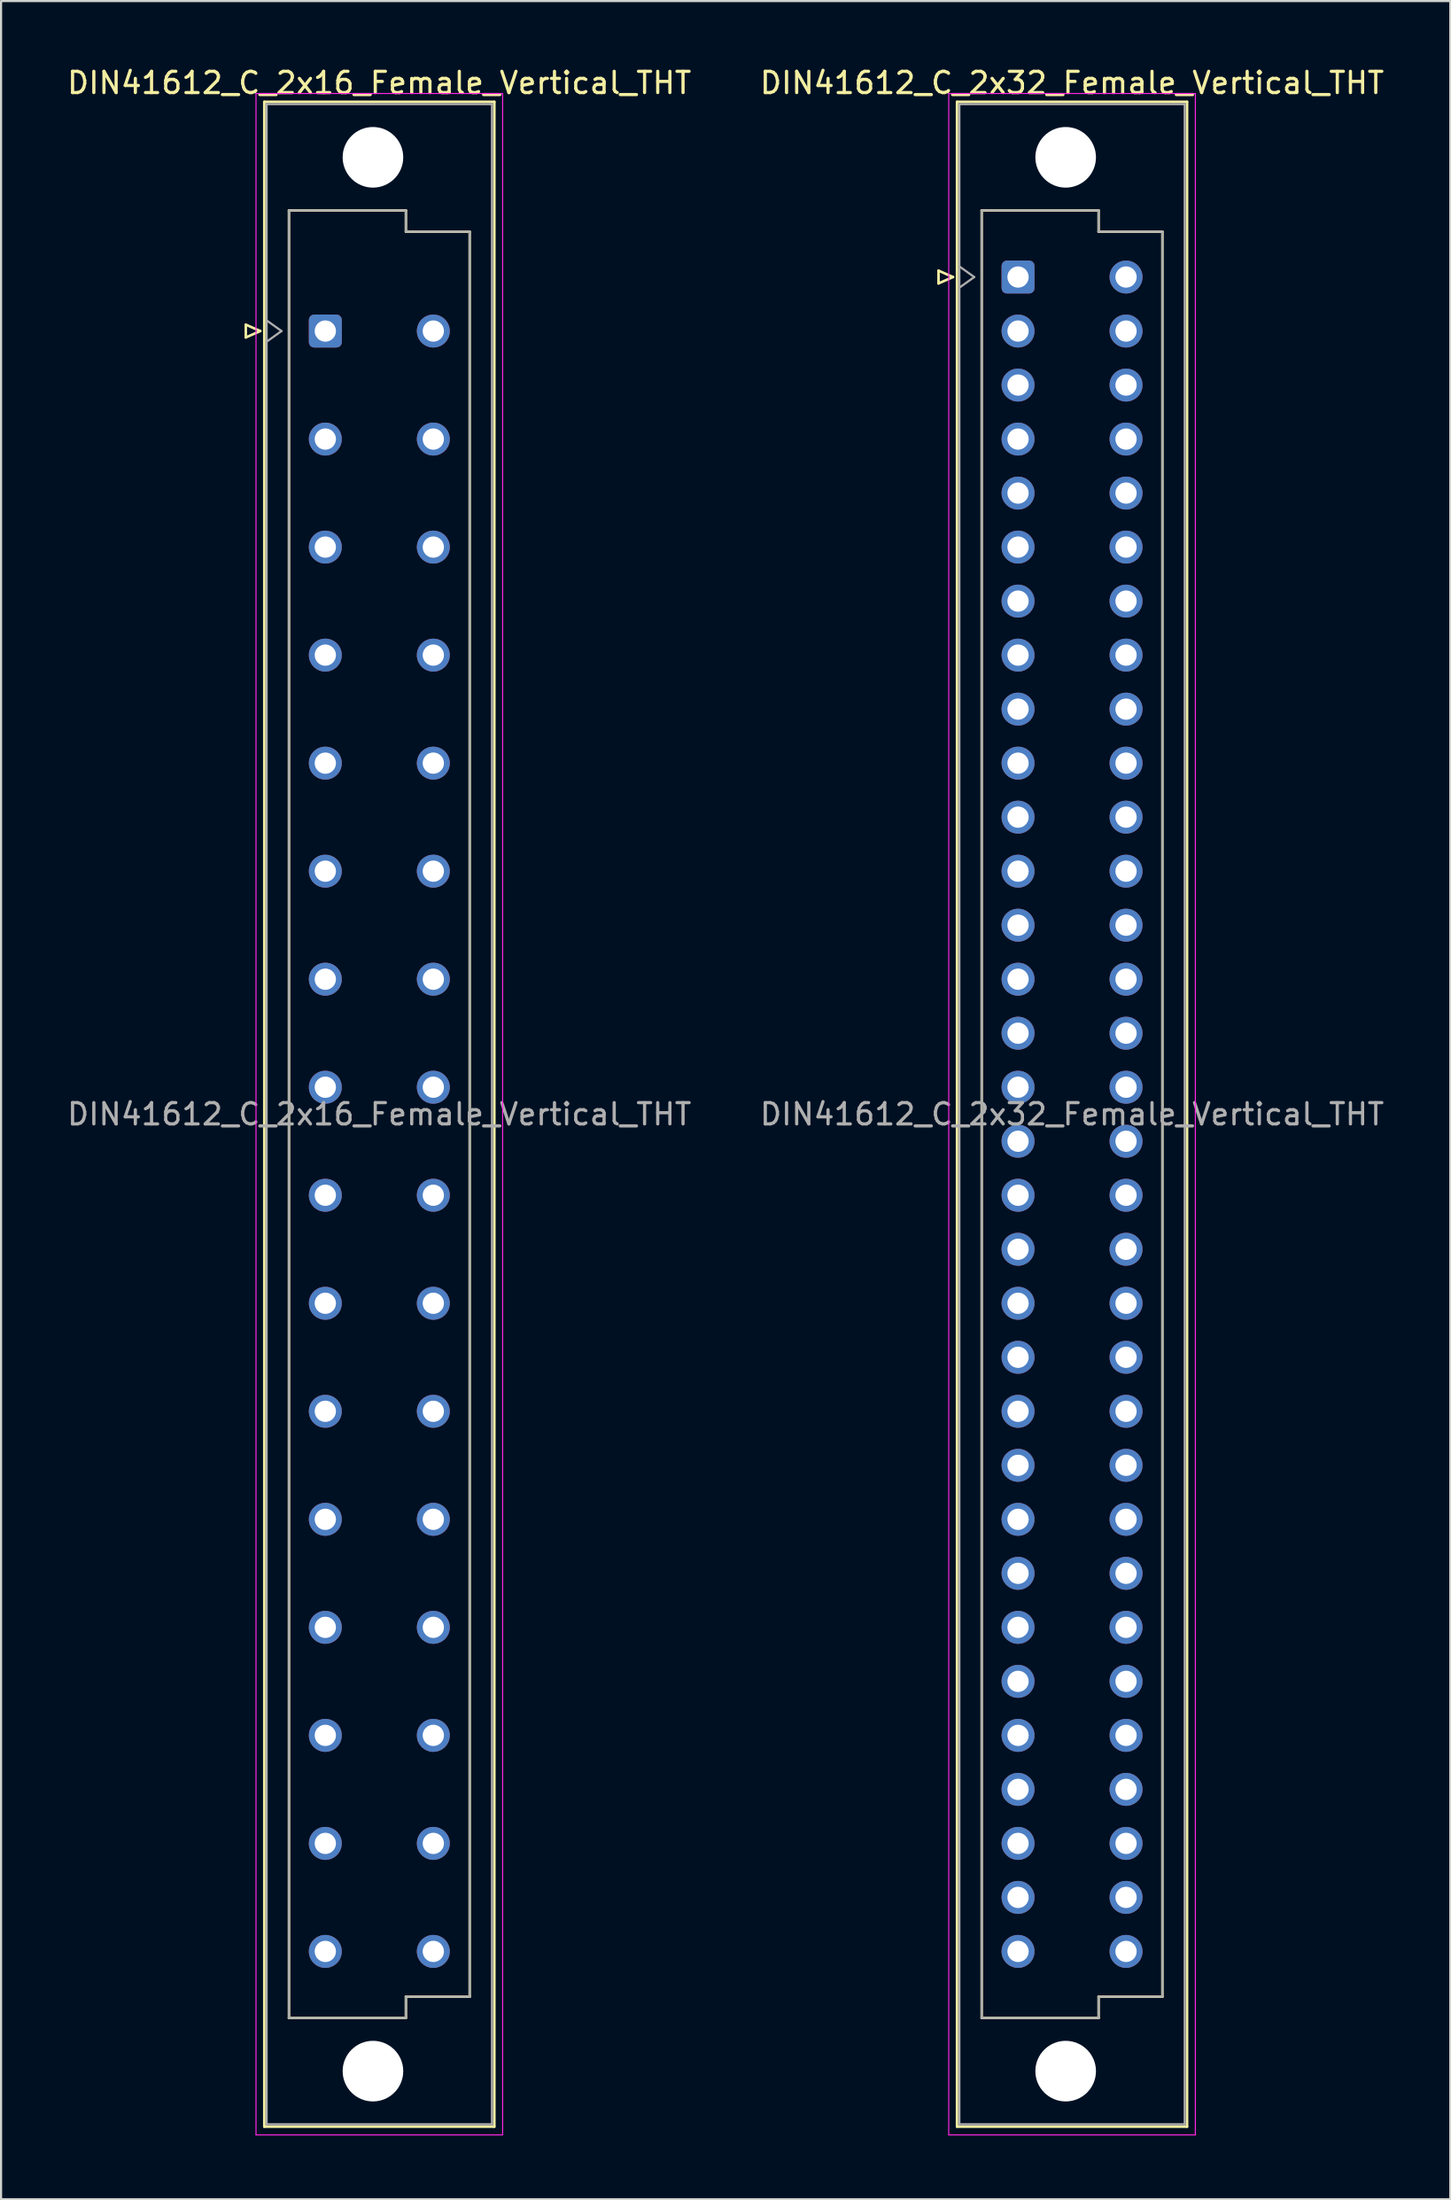
<source format=kicad_pcb>
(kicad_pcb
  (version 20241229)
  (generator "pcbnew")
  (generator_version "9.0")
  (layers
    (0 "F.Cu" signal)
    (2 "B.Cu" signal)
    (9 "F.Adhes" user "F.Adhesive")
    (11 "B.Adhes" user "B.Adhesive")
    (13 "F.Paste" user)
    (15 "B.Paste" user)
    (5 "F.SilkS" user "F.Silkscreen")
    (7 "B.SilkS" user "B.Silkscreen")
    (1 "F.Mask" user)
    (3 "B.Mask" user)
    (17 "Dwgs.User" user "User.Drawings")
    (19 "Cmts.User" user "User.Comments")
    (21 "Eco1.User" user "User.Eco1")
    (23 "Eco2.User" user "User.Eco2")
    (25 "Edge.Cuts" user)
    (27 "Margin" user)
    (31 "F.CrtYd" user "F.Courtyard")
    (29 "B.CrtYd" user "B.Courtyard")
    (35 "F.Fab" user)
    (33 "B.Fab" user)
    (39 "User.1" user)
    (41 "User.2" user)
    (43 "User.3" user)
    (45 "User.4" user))
  (footprint "DIN41612_C_2x16_Female_Vertical_THT"
    (layer "F.Cu")
    (at 12.252 9.978)
    (property "Reference" "DIN41612_C_2x16_Female_Vertical_THT" (at 2.54 -9.13 0) (layer "F.SilkS") (effects (font (size 1 1) (thickness 0.15))))
    (attr through_hole)
    (fp_line (start -3.74 2.24) (end -3.74 2.84) (stroke (width 0.12) (type solid)) (layer "F.SilkS"))
    (fp_line (start -3.74 2.84) (end -3.06 2.54) (stroke (width 0.12) (type solid)) (layer "F.SilkS"))
    (fp_line (start -3.06 2.54) (end -3.74 2.24) (stroke (width 0.12) (type solid)) (layer "F.SilkS"))
    (fp_line (start -2.87 -8.24) (end 7.95 -8.24) (stroke (width 0.12) (type solid)) (layer "F.SilkS"))
    (fp_line (start -2.87 86.98) (end -2.87 -8.24) (stroke (width 0.12) (type solid)) (layer "F.SilkS"))
    (fp_line (start -1.71 -3.13) (end 3.79 -3.13) (stroke (width 0.12) (type solid)) (layer "F.SilkS"))
    (fp_line (start -1.71 81.87) (end -1.71 -3.13) (stroke (width 0.12) (type solid)) (layer "F.SilkS"))
    (fp_line (start 3.79 -3.13) (end 3.79 -2.13) (stroke (width 0.12) (type solid)) (layer "F.SilkS"))
    (fp_line (start 3.79 -2.13) (end 6.79 -2.13) (stroke (width 0.12) (type solid)) (layer "F.SilkS"))
    (fp_line (start 3.79 80.87) (end 3.79 81.87) (stroke (width 0.12) (type solid)) (layer "F.SilkS"))
    (fp_line (start 3.79 81.87) (end -1.71 81.87) (stroke (width 0.12) (type solid)) (layer "F.SilkS"))
    (fp_line (start 6.79 -2.13) (end 6.79 80.87) (stroke (width 0.12) (type solid)) (layer "F.SilkS"))
    (fp_line (start 6.79 80.87) (end 3.79 80.87) (stroke (width 0.12) (type solid)) (layer "F.SilkS"))
    (fp_line (start 7.95 -8.24) (end 7.95 86.98) (stroke (width 0.12) (type solid)) (layer "F.SilkS"))
    (fp_line (start 7.95 86.98) (end -2.87 86.98) (stroke (width 0.12) (type solid)) (layer "F.SilkS"))
    (fp_line (start -3.26 -8.63) (end 8.34 -8.63) (stroke (width 0.05) (type solid)) (layer "F.CrtYd"))
    (fp_line (start -3.26 87.37) (end -3.26 -8.63) (stroke (width 0.05) (type solid)) (layer "F.CrtYd"))
    (fp_line (start 8.34 -8.63) (end 8.34 87.37) (stroke (width 0.05) (type solid)) (layer "F.CrtYd"))
    (fp_line (start 8.34 87.37) (end -3.26 87.37) (stroke (width 0.05) (type solid)) (layer "F.CrtYd"))
    (fp_line (start -2.76 -8.13) (end 7.84 -8.13) (stroke (width 0.1) (type solid)) (layer "F.Fab"))
    (fp_line (start -2.76 2.04) (end -2.06 2.54) (stroke (width 0.1) (type solid)) (layer "F.Fab"))
    (fp_line (start -2.76 86.87) (end -2.76 -8.13) (stroke (width 0.1) (type solid)) (layer "F.Fab"))
    (fp_line (start -2.06 2.54) (end -2.76 3.04) (stroke (width 0.1) (type solid)) (layer "F.Fab"))
    (fp_line (start -1.71 -3.13) (end 3.79 -3.13) (stroke (width 0.1) (type solid)) (layer "F.Fab"))
    (fp_line (start -1.71 81.87) (end -1.71 -3.13) (stroke (width 0.1) (type solid)) (layer "F.Fab"))
    (fp_line (start 3.79 -3.13) (end 3.79 -2.13) (stroke (width 0.1) (type solid)) (layer "F.Fab"))
    (fp_line (start 3.79 -2.13) (end 6.79 -2.13) (stroke (width 0.1) (type solid)) (layer "F.Fab"))
    (fp_line (start 3.79 80.87) (end 3.79 81.87) (stroke (width 0.1) (type solid)) (layer "F.Fab"))
    (fp_line (start 3.79 81.87) (end -1.71 81.87) (stroke (width 0.1) (type solid)) (layer "F.Fab"))
    (fp_line (start 6.79 -2.13) (end 6.79 80.87) (stroke (width 0.1) (type solid)) (layer "F.Fab"))
    (fp_line (start 6.79 80.87) (end 3.79 80.87) (stroke (width 0.1) (type solid)) (layer "F.Fab"))
    (fp_line (start 7.84 -8.13) (end 7.84 86.87) (stroke (width 0.1) (type solid)) (layer "F.Fab"))
    (fp_line (start 7.84 86.87) (end -2.76 86.87) (stroke (width 0.1) (type solid)) (layer "F.Fab"))
    (fp_text user "${REFERENCE}" (at 2.54 39.37 0) (layer "F.Fab") (effects (font (size 1 1) (thickness 0.15))))
    (pad "" np_thru_hole circle (at 2.24 -5.63) (size 2.85 2.85) (drill 2.85) (layers "*.Cu" "*.Mask"))
    (pad "" np_thru_hole circle (at 2.24 84.37) (size 2.85 2.85) (drill 2.85) (layers "*.Cu" "*.Mask"))
    (pad "a2" thru_hole roundrect (at 0 2.54) (size 1.55 1.55) (drill 1) (layers "*.Cu" "*.Mask") (roundrect_rratio 0.161))
    (pad "a4" thru_hole circle (at 0 7.62) (size 1.55 1.55) (drill 1) (layers "*.Cu" "*.Mask"))
    (pad "a6" thru_hole circle (at 0 12.7) (size 1.55 1.55) (drill 1) (layers "*.Cu" "*.Mask"))
    (pad "a8" thru_hole circle (at 0 17.78) (size 1.55 1.55) (drill 1) (layers "*.Cu" "*.Mask"))
    (pad "a10" thru_hole circle (at 0 22.86) (size 1.55 1.55) (drill 1) (layers "*.Cu" "*.Mask"))
    (pad "a12" thru_hole circle (at 0 27.94) (size 1.55 1.55) (drill 1) (layers "*.Cu" "*.Mask"))
    (pad "a14" thru_hole circle (at 0 33.02) (size 1.55 1.55) (drill 1) (layers "*.Cu" "*.Mask"))
    (pad "a16" thru_hole circle (at 0 38.1) (size 1.55 1.55) (drill 1) (layers "*.Cu" "*.Mask"))
    (pad "a18" thru_hole circle (at 0 43.18) (size 1.55 1.55) (drill 1) (layers "*.Cu" "*.Mask"))
    (pad "a20" thru_hole circle (at 0 48.26) (size 1.55 1.55) (drill 1) (layers "*.Cu" "*.Mask"))
    (pad "a22" thru_hole circle (at 0 53.34) (size 1.55 1.55) (drill 1) (layers "*.Cu" "*.Mask"))
    (pad "a24" thru_hole circle (at 0 58.42) (size 1.55 1.55) (drill 1) (layers "*.Cu" "*.Mask"))
    (pad "a26" thru_hole circle (at 0 63.5) (size 1.55 1.55) (drill 1) (layers "*.Cu" "*.Mask"))
    (pad "a28" thru_hole circle (at 0 68.58) (size 1.55 1.55) (drill 1) (layers "*.Cu" "*.Mask"))
    (pad "a30" thru_hole circle (at 0 73.66) (size 1.55 1.55) (drill 1) (layers "*.Cu" "*.Mask"))
    (pad "a32" thru_hole circle (at 0 78.74) (size 1.55 1.55) (drill 1) (layers "*.Cu" "*.Mask"))
    (pad "c2" thru_hole circle (at 5.08 2.54) (size 1.55 1.55) (drill 1) (layers "*.Cu" "*.Mask"))
    (pad "c4" thru_hole circle (at 5.08 7.62) (size 1.55 1.55) (drill 1) (layers "*.Cu" "*.Mask"))
    (pad "c6" thru_hole circle (at 5.08 12.7) (size 1.55 1.55) (drill 1) (layers "*.Cu" "*.Mask"))
    (pad "c8" thru_hole circle (at 5.08 17.78) (size 1.55 1.55) (drill 1) (layers "*.Cu" "*.Mask"))
    (pad "c10" thru_hole circle (at 5.08 22.86) (size 1.55 1.55) (drill 1) (layers "*.Cu" "*.Mask"))
    (pad "c12" thru_hole circle (at 5.08 27.94) (size 1.55 1.55) (drill 1) (layers "*.Cu" "*.Mask"))
    (pad "c14" thru_hole circle (at 5.08 33.02) (size 1.55 1.55) (drill 1) (layers "*.Cu" "*.Mask"))
    (pad "c16" thru_hole circle (at 5.08 38.1) (size 1.55 1.55) (drill 1) (layers "*.Cu" "*.Mask"))
    (pad "c18" thru_hole circle (at 5.08 43.18) (size 1.55 1.55) (drill 1) (layers "*.Cu" "*.Mask"))
    (pad "c20" thru_hole circle (at 5.08 48.26) (size 1.55 1.55) (drill 1) (layers "*.Cu" "*.Mask"))
    (pad "c22" thru_hole circle (at 5.08 53.34) (size 1.55 1.55) (drill 1) (layers "*.Cu" "*.Mask"))
    (pad "c24" thru_hole circle (at 5.08 58.42) (size 1.55 1.55) (drill 1) (layers "*.Cu" "*.Mask"))
    (pad "c26" thru_hole circle (at 5.08 63.5) (size 1.55 1.55) (drill 1) (layers "*.Cu" "*.Mask"))
    (pad "c28" thru_hole circle (at 5.08 68.58) (size 1.55 1.55) (drill 1) (layers "*.Cu" "*.Mask"))
    (pad "c30" thru_hole circle (at 5.08 73.66) (size 1.55 1.55) (drill 1) (layers "*.Cu" "*.Mask"))
    (pad "c32" thru_hole circle (at 5.08 78.74) (size 1.55 1.55) (drill 1) (layers "*.Cu" "*.Mask")))
  (footprint "DIN41612_C_2x32_Female_Vertical_THT"
    (layer "F.Cu")
    (at 44.835 9.978)
    (property "Reference" "DIN41612_C_2x32_Female_Vertical_THT" (at 2.54 -9.13 0) (layer "F.SilkS") (effects (font (size 1 1) (thickness 0.15))))
    (attr through_hole)
    (fp_line (start -3.74 -0.3) (end -3.74 0.3) (stroke (width 0.12) (type solid)) (layer "F.SilkS"))
    (fp_line (start -3.74 0.3) (end -3.06 0) (stroke (width 0.12) (type solid)) (layer "F.SilkS"))
    (fp_line (start -3.06 0) (end -3.74 -0.3) (stroke (width 0.12) (type solid)) (layer "F.SilkS"))
    (fp_line (start -2.87 -8.24) (end 7.95 -8.24) (stroke (width 0.12) (type solid)) (layer "F.SilkS"))
    (fp_line (start -2.87 86.98) (end -2.87 -8.24) (stroke (width 0.12) (type solid)) (layer "F.SilkS"))
    (fp_line (start -1.71 -3.13) (end 3.79 -3.13) (stroke (width 0.12) (type solid)) (layer "F.SilkS"))
    (fp_line (start -1.71 81.87) (end -1.71 -3.13) (stroke (width 0.12) (type solid)) (layer "F.SilkS"))
    (fp_line (start 3.79 -3.13) (end 3.79 -2.13) (stroke (width 0.12) (type solid)) (layer "F.SilkS"))
    (fp_line (start 3.79 -2.13) (end 6.79 -2.13) (stroke (width 0.12) (type solid)) (layer "F.SilkS"))
    (fp_line (start 3.79 80.87) (end 3.79 81.87) (stroke (width 0.12) (type solid)) (layer "F.SilkS"))
    (fp_line (start 3.79 81.87) (end -1.71 81.87) (stroke (width 0.12) (type solid)) (layer "F.SilkS"))
    (fp_line (start 6.79 -2.13) (end 6.79 80.87) (stroke (width 0.12) (type solid)) (layer "F.SilkS"))
    (fp_line (start 6.79 80.87) (end 3.79 80.87) (stroke (width 0.12) (type solid)) (layer "F.SilkS"))
    (fp_line (start 7.95 -8.24) (end 7.95 86.98) (stroke (width 0.12) (type solid)) (layer "F.SilkS"))
    (fp_line (start 7.95 86.98) (end -2.87 86.98) (stroke (width 0.12) (type solid)) (layer "F.SilkS"))
    (fp_line (start -3.26 -8.63) (end 8.34 -8.63) (stroke (width 0.05) (type solid)) (layer "F.CrtYd"))
    (fp_line (start -3.26 87.37) (end -3.26 -8.63) (stroke (width 0.05) (type solid)) (layer "F.CrtYd"))
    (fp_line (start 8.34 -8.63) (end 8.34 87.37) (stroke (width 0.05) (type solid)) (layer "F.CrtYd"))
    (fp_line (start 8.34 87.37) (end -3.26 87.37) (stroke (width 0.05) (type solid)) (layer "F.CrtYd"))
    (fp_line (start -2.76 -8.13) (end 7.84 -8.13) (stroke (width 0.1) (type solid)) (layer "F.Fab"))
    (fp_line (start -2.76 -0.5) (end -2.06 0) (stroke (width 0.1) (type solid)) (layer "F.Fab"))
    (fp_line (start -2.76 86.87) (end -2.76 -8.13) (stroke (width 0.1) (type solid)) (layer "F.Fab"))
    (fp_line (start -2.06 0) (end -2.76 0.5) (stroke (width 0.1) (type solid)) (layer "F.Fab"))
    (fp_line (start -1.71 -3.13) (end 3.79 -3.13) (stroke (width 0.1) (type solid)) (layer "F.Fab"))
    (fp_line (start -1.71 81.87) (end -1.71 -3.13) (stroke (width 0.1) (type solid)) (layer "F.Fab"))
    (fp_line (start 3.79 -3.13) (end 3.79 -2.13) (stroke (width 0.1) (type solid)) (layer "F.Fab"))
    (fp_line (start 3.79 -2.13) (end 6.79 -2.13) (stroke (width 0.1) (type solid)) (layer "F.Fab"))
    (fp_line (start 3.79 80.87) (end 3.79 81.87) (stroke (width 0.1) (type solid)) (layer "F.Fab"))
    (fp_line (start 3.79 81.87) (end -1.71 81.87) (stroke (width 0.1) (type solid)) (layer "F.Fab"))
    (fp_line (start 6.79 -2.13) (end 6.79 80.87) (stroke (width 0.1) (type solid)) (layer "F.Fab"))
    (fp_line (start 6.79 80.87) (end 3.79 80.87) (stroke (width 0.1) (type solid)) (layer "F.Fab"))
    (fp_line (start 7.84 -8.13) (end 7.84 86.87) (stroke (width 0.1) (type solid)) (layer "F.Fab"))
    (fp_line (start 7.84 86.87) (end -2.76 86.87) (stroke (width 0.1) (type solid)) (layer "F.Fab"))
    (fp_text user "${REFERENCE}" (at 2.54 39.37 0) (layer "F.Fab") (effects (font (size 1 1) (thickness 0.15))))
    (pad "" np_thru_hole circle (at 2.24 -5.63) (size 2.85 2.85) (drill 2.85) (layers "*.Cu" "*.Mask"))
    (pad "" np_thru_hole circle (at 2.24 84.37) (size 2.85 2.85) (drill 2.85) (layers "*.Cu" "*.Mask"))
    (pad "a1" thru_hole roundrect (at 0 0) (size 1.55 1.55) (drill 1) (layers "*.Cu" "*.Mask") (roundrect_rratio 0.161))
    (pad "a2" thru_hole circle (at 0 2.54) (size 1.55 1.55) (drill 1) (layers "*.Cu" "*.Mask"))
    (pad "a3" thru_hole circle (at 0 5.08) (size 1.55 1.55) (drill 1) (layers "*.Cu" "*.Mask"))
    (pad "a4" thru_hole circle (at 0 7.62) (size 1.55 1.55) (drill 1) (layers "*.Cu" "*.Mask"))
    (pad "a5" thru_hole circle (at 0 10.16) (size 1.55 1.55) (drill 1) (layers "*.Cu" "*.Mask"))
    (pad "a6" thru_hole circle (at 0 12.7) (size 1.55 1.55) (drill 1) (layers "*.Cu" "*.Mask"))
    (pad "a7" thru_hole circle (at 0 15.24) (size 1.55 1.55) (drill 1) (layers "*.Cu" "*.Mask"))
    (pad "a8" thru_hole circle (at 0 17.78) (size 1.55 1.55) (drill 1) (layers "*.Cu" "*.Mask"))
    (pad "a9" thru_hole circle (at 0 20.32) (size 1.55 1.55) (drill 1) (layers "*.Cu" "*.Mask"))
    (pad "a10" thru_hole circle (at 0 22.86) (size 1.55 1.55) (drill 1) (layers "*.Cu" "*.Mask"))
    (pad "a11" thru_hole circle (at 0 25.4) (size 1.55 1.55) (drill 1) (layers "*.Cu" "*.Mask"))
    (pad "a12" thru_hole circle (at 0 27.94) (size 1.55 1.55) (drill 1) (layers "*.Cu" "*.Mask"))
    (pad "a13" thru_hole circle (at 0 30.48) (size 1.55 1.55) (drill 1) (layers "*.Cu" "*.Mask"))
    (pad "a14" thru_hole circle (at 0 33.02) (size 1.55 1.55) (drill 1) (layers "*.Cu" "*.Mask"))
    (pad "a15" thru_hole circle (at 0 35.56) (size 1.55 1.55) (drill 1) (layers "*.Cu" "*.Mask"))
    (pad "a16" thru_hole circle (at 0 38.1) (size 1.55 1.55) (drill 1) (layers "*.Cu" "*.Mask"))
    (pad "a17" thru_hole circle (at 0 40.64) (size 1.55 1.55) (drill 1) (layers "*.Cu" "*.Mask"))
    (pad "a18" thru_hole circle (at 0 43.18) (size 1.55 1.55) (drill 1) (layers "*.Cu" "*.Mask"))
    (pad "a19" thru_hole circle (at 0 45.72) (size 1.55 1.55) (drill 1) (layers "*.Cu" "*.Mask"))
    (pad "a20" thru_hole circle (at 0 48.26) (size 1.55 1.55) (drill 1) (layers "*.Cu" "*.Mask"))
    (pad "a21" thru_hole circle (at 0 50.8) (size 1.55 1.55) (drill 1) (layers "*.Cu" "*.Mask"))
    (pad "a22" thru_hole circle (at 0 53.34) (size 1.55 1.55) (drill 1) (layers "*.Cu" "*.Mask"))
    (pad "a23" thru_hole circle (at 0 55.88) (size 1.55 1.55) (drill 1) (layers "*.Cu" "*.Mask"))
    (pad "a24" thru_hole circle (at 0 58.42) (size 1.55 1.55) (drill 1) (layers "*.Cu" "*.Mask"))
    (pad "a25" thru_hole circle (at 0 60.96) (size 1.55 1.55) (drill 1) (layers "*.Cu" "*.Mask"))
    (pad "a26" thru_hole circle (at 0 63.5) (size 1.55 1.55) (drill 1) (layers "*.Cu" "*.Mask"))
    (pad "a27" thru_hole circle (at 0 66.04) (size 1.55 1.55) (drill 1) (layers "*.Cu" "*.Mask"))
    (pad "a28" thru_hole circle (at 0 68.58) (size 1.55 1.55) (drill 1) (layers "*.Cu" "*.Mask"))
    (pad "a29" thru_hole circle (at 0 71.12) (size 1.55 1.55) (drill 1) (layers "*.Cu" "*.Mask"))
    (pad "a30" thru_hole circle (at 0 73.66) (size 1.55 1.55) (drill 1) (layers "*.Cu" "*.Mask"))
    (pad "a31" thru_hole circle (at 0 76.2) (size 1.55 1.55) (drill 1) (layers "*.Cu" "*.Mask"))
    (pad "a32" thru_hole circle (at 0 78.74) (size 1.55 1.55) (drill 1) (layers "*.Cu" "*.Mask"))
    (pad "c1" thru_hole circle (at 5.08 0) (size 1.55 1.55) (drill 1) (layers "*.Cu" "*.Mask"))
    (pad "c2" thru_hole circle (at 5.08 2.54) (size 1.55 1.55) (drill 1) (layers "*.Cu" "*.Mask"))
    (pad "c3" thru_hole circle (at 5.08 5.08) (size 1.55 1.55) (drill 1) (layers "*.Cu" "*.Mask"))
    (pad "c4" thru_hole circle (at 5.08 7.62) (size 1.55 1.55) (drill 1) (layers "*.Cu" "*.Mask"))
    (pad "c5" thru_hole circle (at 5.08 10.16) (size 1.55 1.55) (drill 1) (layers "*.Cu" "*.Mask"))
    (pad "c6" thru_hole circle (at 5.08 12.7) (size 1.55 1.55) (drill 1) (layers "*.Cu" "*.Mask"))
    (pad "c7" thru_hole circle (at 5.08 15.24) (size 1.55 1.55) (drill 1) (layers "*.Cu" "*.Mask"))
    (pad "c8" thru_hole circle (at 5.08 17.78) (size 1.55 1.55) (drill 1) (layers "*.Cu" "*.Mask"))
    (pad "c9" thru_hole circle (at 5.08 20.32) (size 1.55 1.55) (drill 1) (layers "*.Cu" "*.Mask"))
    (pad "c10" thru_hole circle (at 5.08 22.86) (size 1.55 1.55) (drill 1) (layers "*.Cu" "*.Mask"))
    (pad "c11" thru_hole circle (at 5.08 25.4) (size 1.55 1.55) (drill 1) (layers "*.Cu" "*.Mask"))
    (pad "c12" thru_hole circle (at 5.08 27.94) (size 1.55 1.55) (drill 1) (layers "*.Cu" "*.Mask"))
    (pad "c13" thru_hole circle (at 5.08 30.48) (size 1.55 1.55) (drill 1) (layers "*.Cu" "*.Mask"))
    (pad "c14" thru_hole circle (at 5.08 33.02) (size 1.55 1.55) (drill 1) (layers "*.Cu" "*.Mask"))
    (pad "c15" thru_hole circle (at 5.08 35.56) (size 1.55 1.55) (drill 1) (layers "*.Cu" "*.Mask"))
    (pad "c16" thru_hole circle (at 5.08 38.1) (size 1.55 1.55) (drill 1) (layers "*.Cu" "*.Mask"))
    (pad "c17" thru_hole circle (at 5.08 40.64) (size 1.55 1.55) (drill 1) (layers "*.Cu" "*.Mask"))
    (pad "c18" thru_hole circle (at 5.08 43.18) (size 1.55 1.55) (drill 1) (layers "*.Cu" "*.Mask"))
    (pad "c19" thru_hole circle (at 5.08 45.72) (size 1.55 1.55) (drill 1) (layers "*.Cu" "*.Mask"))
    (pad "c20" thru_hole circle (at 5.08 48.26) (size 1.55 1.55) (drill 1) (layers "*.Cu" "*.Mask"))
    (pad "c21" thru_hole circle (at 5.08 50.8) (size 1.55 1.55) (drill 1) (layers "*.Cu" "*.Mask"))
    (pad "c22" thru_hole circle (at 5.08 53.34) (size 1.55 1.55) (drill 1) (layers "*.Cu" "*.Mask"))
    (pad "c23" thru_hole circle (at 5.08 55.88) (size 1.55 1.55) (drill 1) (layers "*.Cu" "*.Mask"))
    (pad "c24" thru_hole circle (at 5.08 58.42) (size 1.55 1.55) (drill 1) (layers "*.Cu" "*.Mask"))
    (pad "c25" thru_hole circle (at 5.08 60.96) (size 1.55 1.55) (drill 1) (layers "*.Cu" "*.Mask"))
    (pad "c26" thru_hole circle (at 5.08 63.5) (size 1.55 1.55) (drill 1) (layers "*.Cu" "*.Mask"))
    (pad "c27" thru_hole circle (at 5.08 66.04) (size 1.55 1.55) (drill 1) (layers "*.Cu" "*.Mask"))
    (pad "c28" thru_hole circle (at 5.08 68.58) (size 1.55 1.55) (drill 1) (layers "*.Cu" "*.Mask"))
    (pad "c29" thru_hole circle (at 5.08 71.12) (size 1.55 1.55) (drill 1) (layers "*.Cu" "*.Mask"))
    (pad "c30" thru_hole circle (at 5.08 73.66) (size 1.55 1.55) (drill 1) (layers "*.Cu" "*.Mask"))
    (pad "c31" thru_hole circle (at 5.08 76.2) (size 1.55 1.55) (drill 1) (layers "*.Cu" "*.Mask"))
    (pad "c32" thru_hole circle (at 5.08 78.74) (size 1.55 1.55) (drill 1) (layers "*.Cu" "*.Mask")))
  (gr_rect
    (start -3 -3)
    (end 65.167 100.373)
    (stroke (width 0.1) (type default))
    (fill no)
    (layer "Edge.Cuts")))
</source>
